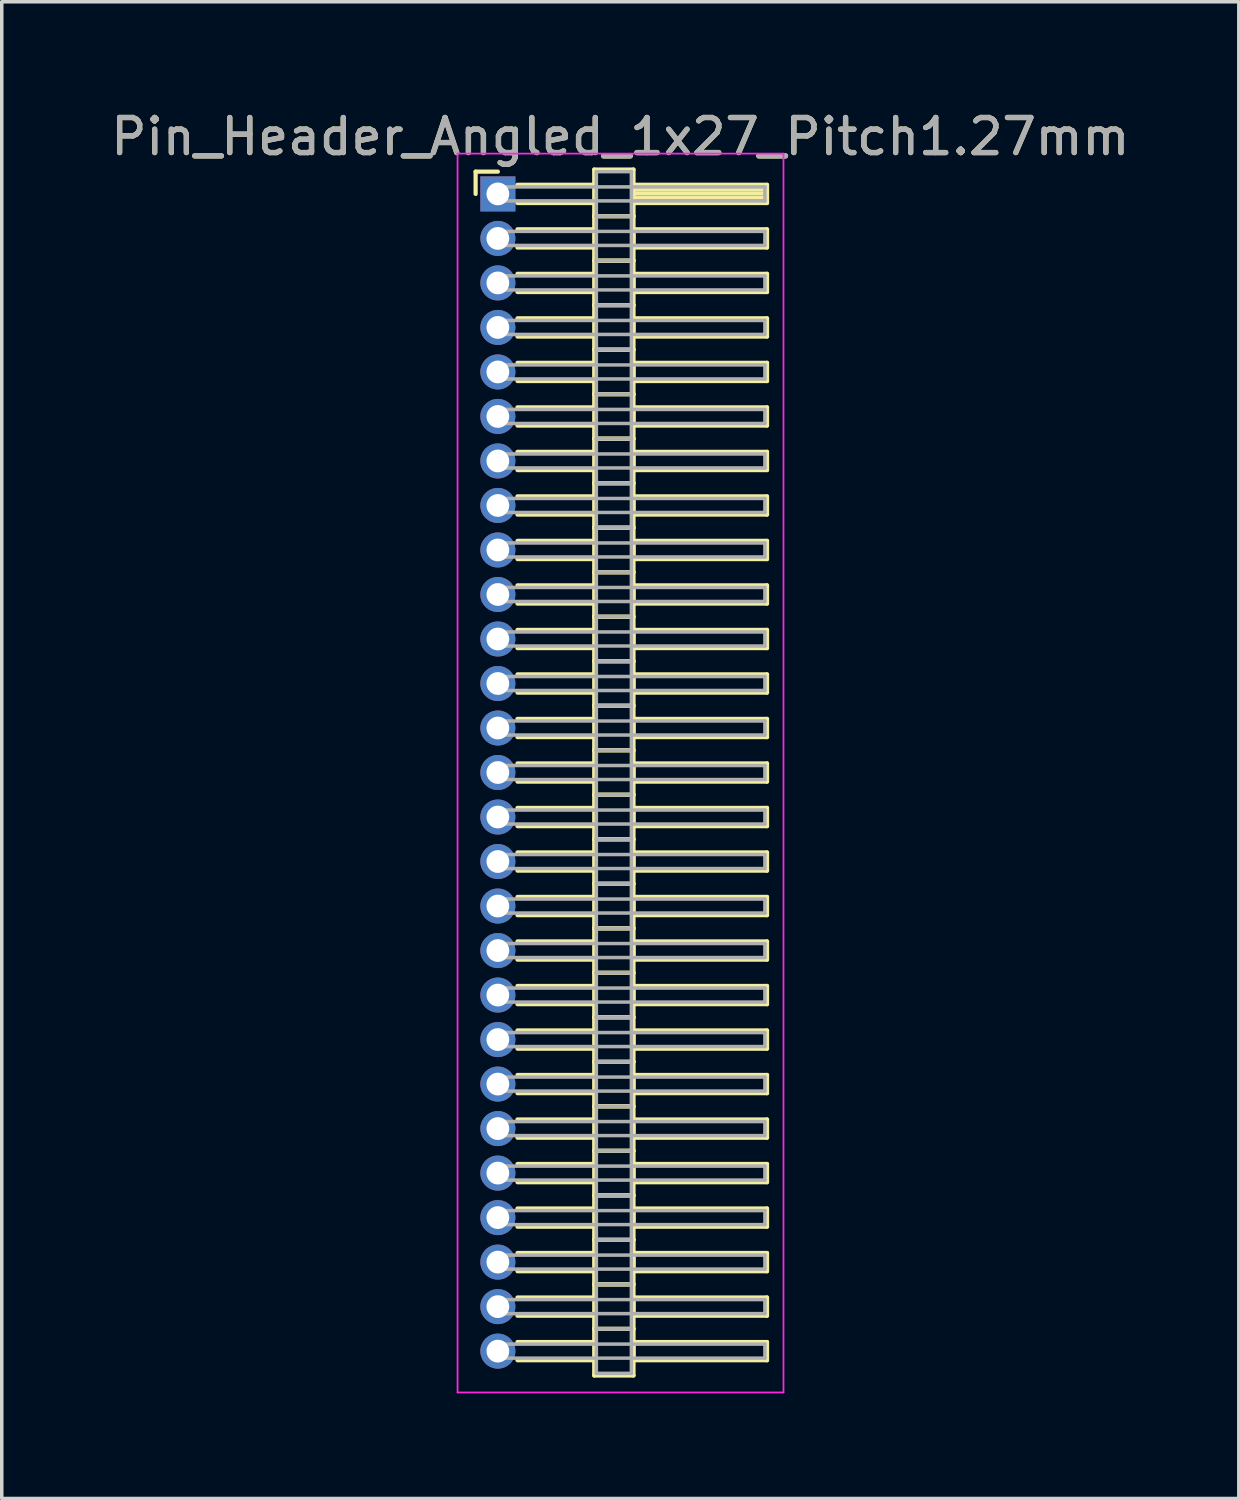
<source format=kicad_pcb>
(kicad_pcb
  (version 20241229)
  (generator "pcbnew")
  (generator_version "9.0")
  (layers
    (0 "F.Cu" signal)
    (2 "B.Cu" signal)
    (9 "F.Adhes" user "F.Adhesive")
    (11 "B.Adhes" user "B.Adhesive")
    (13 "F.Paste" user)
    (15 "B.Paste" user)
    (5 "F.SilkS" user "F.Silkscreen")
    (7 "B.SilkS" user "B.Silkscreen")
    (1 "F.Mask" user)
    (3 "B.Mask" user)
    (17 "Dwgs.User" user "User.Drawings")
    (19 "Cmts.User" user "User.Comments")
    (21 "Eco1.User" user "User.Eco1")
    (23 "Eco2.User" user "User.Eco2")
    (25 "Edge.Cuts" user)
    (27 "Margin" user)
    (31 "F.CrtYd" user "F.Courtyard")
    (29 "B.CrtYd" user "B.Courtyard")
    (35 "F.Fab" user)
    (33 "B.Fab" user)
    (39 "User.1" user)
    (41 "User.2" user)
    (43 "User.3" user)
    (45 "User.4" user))
  (footprint "Pin_Header_Angled_1x27_Pitch1.27mm"
    (layer "F.Cu")
    (at 11.156 2.483)
    (property "Reference" "Pin_Header_Angled_1x27_Pitch1.27mm" (at 3.493 -1.635 0) (layer "F.SilkS") (effects (font (size 1 1) (thickness 0.15))))
    (attr through_hole)
    (fp_line (start -0.635 -0.635) (end 0 -0.635) (stroke (width 0.12) (type solid)) (layer "F.SilkS"))
    (fp_line (start -0.635 0) (end -0.635 -0.635) (stroke (width 0.12) (type solid)) (layer "F.SilkS"))
    (fp_line (start 0.56 -0.26) (end 2.75 -0.26) (stroke (width 0.12) (type solid)) (layer "F.SilkS"))
    (fp_line (start 0.56 0.26) (end 2.75 0.26) (stroke (width 0.12) (type solid)) (layer "F.SilkS"))
    (fp_line (start 0.56 1.01) (end 2.75 1.01) (stroke (width 0.12) (type solid)) (layer "F.SilkS"))
    (fp_line (start 0.56 1.53) (end 2.75 1.53) (stroke (width 0.12) (type solid)) (layer "F.SilkS"))
    (fp_line (start 0.56 2.28) (end 2.75 2.28) (stroke (width 0.12) (type solid)) (layer "F.SilkS"))
    (fp_line (start 0.56 2.8) (end 2.75 2.8) (stroke (width 0.12) (type solid)) (layer "F.SilkS"))
    (fp_line (start 0.56 3.55) (end 2.75 3.55) (stroke (width 0.12) (type solid)) (layer "F.SilkS"))
    (fp_line (start 0.56 4.07) (end 2.75 4.07) (stroke (width 0.12) (type solid)) (layer "F.SilkS"))
    (fp_line (start 0.56 4.82) (end 2.75 4.82) (stroke (width 0.12) (type solid)) (layer "F.SilkS"))
    (fp_line (start 0.56 5.34) (end 2.75 5.34) (stroke (width 0.12) (type solid)) (layer "F.SilkS"))
    (fp_line (start 0.56 6.09) (end 2.75 6.09) (stroke (width 0.12) (type solid)) (layer "F.SilkS"))
    (fp_line (start 0.56 6.61) (end 2.75 6.61) (stroke (width 0.12) (type solid)) (layer "F.SilkS"))
    (fp_line (start 0.56 7.36) (end 2.75 7.36) (stroke (width 0.12) (type solid)) (layer "F.SilkS"))
    (fp_line (start 0.56 7.88) (end 2.75 7.88) (stroke (width 0.12) (type solid)) (layer "F.SilkS"))
    (fp_line (start 0.56 8.63) (end 2.75 8.63) (stroke (width 0.12) (type solid)) (layer "F.SilkS"))
    (fp_line (start 0.56 9.15) (end 2.75 9.15) (stroke (width 0.12) (type solid)) (layer "F.SilkS"))
    (fp_line (start 0.56 9.9) (end 2.75 9.9) (stroke (width 0.12) (type solid)) (layer "F.SilkS"))
    (fp_line (start 0.56 10.42) (end 2.75 10.42) (stroke (width 0.12) (type solid)) (layer "F.SilkS"))
    (fp_line (start 0.56 11.17) (end 2.75 11.17) (stroke (width 0.12) (type solid)) (layer "F.SilkS"))
    (fp_line (start 0.56 11.69) (end 2.75 11.69) (stroke (width 0.12) (type solid)) (layer "F.SilkS"))
    (fp_line (start 0.56 12.44) (end 2.75 12.44) (stroke (width 0.12) (type solid)) (layer "F.SilkS"))
    (fp_line (start 0.56 12.96) (end 2.75 12.96) (stroke (width 0.12) (type solid)) (layer "F.SilkS"))
    (fp_line (start 0.56 13.71) (end 2.75 13.71) (stroke (width 0.12) (type solid)) (layer "F.SilkS"))
    (fp_line (start 0.56 14.23) (end 2.75 14.23) (stroke (width 0.12) (type solid)) (layer "F.SilkS"))
    (fp_line (start 0.56 14.98) (end 2.75 14.98) (stroke (width 0.12) (type solid)) (layer "F.SilkS"))
    (fp_line (start 0.56 15.5) (end 2.75 15.5) (stroke (width 0.12) (type solid)) (layer "F.SilkS"))
    (fp_line (start 0.56 16.25) (end 2.75 16.25) (stroke (width 0.12) (type solid)) (layer "F.SilkS"))
    (fp_line (start 0.56 16.77) (end 2.75 16.77) (stroke (width 0.12) (type solid)) (layer "F.SilkS"))
    (fp_line (start 0.56 17.52) (end 2.75 17.52) (stroke (width 0.12) (type solid)) (layer "F.SilkS"))
    (fp_line (start 0.56 18.04) (end 2.75 18.04) (stroke (width 0.12) (type solid)) (layer "F.SilkS"))
    (fp_line (start 0.56 18.79) (end 2.75 18.79) (stroke (width 0.12) (type solid)) (layer "F.SilkS"))
    (fp_line (start 0.56 19.31) (end 2.75 19.31) (stroke (width 0.12) (type solid)) (layer "F.SilkS"))
    (fp_line (start 0.56 20.06) (end 2.75 20.06) (stroke (width 0.12) (type solid)) (layer "F.SilkS"))
    (fp_line (start 0.56 20.58) (end 2.75 20.58) (stroke (width 0.12) (type solid)) (layer "F.SilkS"))
    (fp_line (start 0.56 21.33) (end 2.75 21.33) (stroke (width 0.12) (type solid)) (layer "F.SilkS"))
    (fp_line (start 0.56 21.85) (end 2.75 21.85) (stroke (width 0.12) (type solid)) (layer "F.SilkS"))
    (fp_line (start 0.56 22.6) (end 2.75 22.6) (stroke (width 0.12) (type solid)) (layer "F.SilkS"))
    (fp_line (start 0.56 23.12) (end 2.75 23.12) (stroke (width 0.12) (type solid)) (layer "F.SilkS"))
    (fp_line (start 0.56 23.87) (end 2.75 23.87) (stroke (width 0.12) (type solid)) (layer "F.SilkS"))
    (fp_line (start 0.56 24.39) (end 2.75 24.39) (stroke (width 0.12) (type solid)) (layer "F.SilkS"))
    (fp_line (start 0.56 25.14) (end 2.75 25.14) (stroke (width 0.12) (type solid)) (layer "F.SilkS"))
    (fp_line (start 0.56 25.66) (end 2.75 25.66) (stroke (width 0.12) (type solid)) (layer "F.SilkS"))
    (fp_line (start 0.56 26.41) (end 2.75 26.41) (stroke (width 0.12) (type solid)) (layer "F.SilkS"))
    (fp_line (start 0.56 26.93) (end 2.75 26.93) (stroke (width 0.12) (type solid)) (layer "F.SilkS"))
    (fp_line (start 0.56 27.68) (end 2.75 27.68) (stroke (width 0.12) (type solid)) (layer "F.SilkS"))
    (fp_line (start 0.56 28.2) (end 2.75 28.2) (stroke (width 0.12) (type solid)) (layer "F.SilkS"))
    (fp_line (start 0.56 28.95) (end 2.75 28.95) (stroke (width 0.12) (type solid)) (layer "F.SilkS"))
    (fp_line (start 0.56 29.47) (end 2.75 29.47) (stroke (width 0.12) (type solid)) (layer "F.SilkS"))
    (fp_line (start 0.56 30.22) (end 2.75 30.22) (stroke (width 0.12) (type solid)) (layer "F.SilkS"))
    (fp_line (start 0.56 30.74) (end 2.75 30.74) (stroke (width 0.12) (type solid)) (layer "F.SilkS"))
    (fp_line (start 0.56 31.49) (end 2.75 31.49) (stroke (width 0.12) (type solid)) (layer "F.SilkS"))
    (fp_line (start 0.56 32.01) (end 2.75 32.01) (stroke (width 0.12) (type solid)) (layer "F.SilkS"))
    (fp_line (start 0.56 32.76) (end 2.75 32.76) (stroke (width 0.12) (type solid)) (layer "F.SilkS"))
    (fp_line (start 0.56 33.28) (end 2.75 33.28) (stroke (width 0.12) (type solid)) (layer "F.SilkS"))
    (fp_line (start 2.75 -0.695) (end 2.75 0.635) (stroke (width 0.12) (type solid)) (layer "F.SilkS"))
    (fp_line (start 2.75 0.635) (end 2.75 1.905) (stroke (width 0.12) (type solid)) (layer "F.SilkS"))
    (fp_line (start 2.75 0.635) (end 3.87 0.635) (stroke (width 0.12) (type solid)) (layer "F.SilkS"))
    (fp_line (start 2.75 1.905) (end 2.75 3.175) (stroke (width 0.12) (type solid)) (layer "F.SilkS"))
    (fp_line (start 2.75 1.905) (end 3.87 1.905) (stroke (width 0.12) (type solid)) (layer "F.SilkS"))
    (fp_line (start 2.75 3.175) (end 2.75 4.445) (stroke (width 0.12) (type solid)) (layer "F.SilkS"))
    (fp_line (start 2.75 3.175) (end 3.87 3.175) (stroke (width 0.12) (type solid)) (layer "F.SilkS"))
    (fp_line (start 2.75 4.445) (end 2.75 5.715) (stroke (width 0.12) (type solid)) (layer "F.SilkS"))
    (fp_line (start 2.75 4.445) (end 3.87 4.445) (stroke (width 0.12) (type solid)) (layer "F.SilkS"))
    (fp_line (start 2.75 5.715) (end 2.75 6.985) (stroke (width 0.12) (type solid)) (layer "F.SilkS"))
    (fp_line (start 2.75 5.715) (end 3.87 5.715) (stroke (width 0.12) (type solid)) (layer "F.SilkS"))
    (fp_line (start 2.75 6.985) (end 2.75 8.255) (stroke (width 0.12) (type solid)) (layer "F.SilkS"))
    (fp_line (start 2.75 6.985) (end 3.87 6.985) (stroke (width 0.12) (type solid)) (layer "F.SilkS"))
    (fp_line (start 2.75 8.255) (end 2.75 9.525) (stroke (width 0.12) (type solid)) (layer "F.SilkS"))
    (fp_line (start 2.75 8.255) (end 3.87 8.255) (stroke (width 0.12) (type solid)) (layer "F.SilkS"))
    (fp_line (start 2.75 9.525) (end 2.75 10.795) (stroke (width 0.12) (type solid)) (layer "F.SilkS"))
    (fp_line (start 2.75 9.525) (end 3.87 9.525) (stroke (width 0.12) (type solid)) (layer "F.SilkS"))
    (fp_line (start 2.75 10.795) (end 2.75 12.065) (stroke (width 0.12) (type solid)) (layer "F.SilkS"))
    (fp_line (start 2.75 10.795) (end 3.87 10.795) (stroke (width 0.12) (type solid)) (layer "F.SilkS"))
    (fp_line (start 2.75 12.065) (end 2.75 13.335) (stroke (width 0.12) (type solid)) (layer "F.SilkS"))
    (fp_line (start 2.75 12.065) (end 3.87 12.065) (stroke (width 0.12) (type solid)) (layer "F.SilkS"))
    (fp_line (start 2.75 13.335) (end 2.75 14.605) (stroke (width 0.12) (type solid)) (layer "F.SilkS"))
    (fp_line (start 2.75 13.335) (end 3.87 13.335) (stroke (width 0.12) (type solid)) (layer "F.SilkS"))
    (fp_line (start 2.75 14.605) (end 2.75 15.875) (stroke (width 0.12) (type solid)) (layer "F.SilkS"))
    (fp_line (start 2.75 14.605) (end 3.87 14.605) (stroke (width 0.12) (type solid)) (layer "F.SilkS"))
    (fp_line (start 2.75 15.875) (end 2.75 17.145) (stroke (width 0.12) (type solid)) (layer "F.SilkS"))
    (fp_line (start 2.75 15.875) (end 3.87 15.875) (stroke (width 0.12) (type solid)) (layer "F.SilkS"))
    (fp_line (start 2.75 17.145) (end 2.75 18.415) (stroke (width 0.12) (type solid)) (layer "F.SilkS"))
    (fp_line (start 2.75 17.145) (end 3.87 17.145) (stroke (width 0.12) (type solid)) (layer "F.SilkS"))
    (fp_line (start 2.75 18.415) (end 2.75 19.685) (stroke (width 0.12) (type solid)) (layer "F.SilkS"))
    (fp_line (start 2.75 18.415) (end 3.87 18.415) (stroke (width 0.12) (type solid)) (layer "F.SilkS"))
    (fp_line (start 2.75 19.685) (end 2.75 20.955) (stroke (width 0.12) (type solid)) (layer "F.SilkS"))
    (fp_line (start 2.75 19.685) (end 3.87 19.685) (stroke (width 0.12) (type solid)) (layer "F.SilkS"))
    (fp_line (start 2.75 20.955) (end 2.75 22.225) (stroke (width 0.12) (type solid)) (layer "F.SilkS"))
    (fp_line (start 2.75 20.955) (end 3.87 20.955) (stroke (width 0.12) (type solid)) (layer "F.SilkS"))
    (fp_line (start 2.75 22.225) (end 2.75 23.495) (stroke (width 0.12) (type solid)) (layer "F.SilkS"))
    (fp_line (start 2.75 22.225) (end 3.87 22.225) (stroke (width 0.12) (type solid)) (layer "F.SilkS"))
    (fp_line (start 2.75 23.495) (end 2.75 24.765) (stroke (width 0.12) (type solid)) (layer "F.SilkS"))
    (fp_line (start 2.75 23.495) (end 3.87 23.495) (stroke (width 0.12) (type solid)) (layer "F.SilkS"))
    (fp_line (start 2.75 24.765) (end 2.75 26.035) (stroke (width 0.12) (type solid)) (layer "F.SilkS"))
    (fp_line (start 2.75 24.765) (end 3.87 24.765) (stroke (width 0.12) (type solid)) (layer "F.SilkS"))
    (fp_line (start 2.75 26.035) (end 2.75 27.305) (stroke (width 0.12) (type solid)) (layer "F.SilkS"))
    (fp_line (start 2.75 26.035) (end 3.87 26.035) (stroke (width 0.12) (type solid)) (layer "F.SilkS"))
    (fp_line (start 2.75 27.305) (end 2.75 28.575) (stroke (width 0.12) (type solid)) (layer "F.SilkS"))
    (fp_line (start 2.75 27.305) (end 3.87 27.305) (stroke (width 0.12) (type solid)) (layer "F.SilkS"))
    (fp_line (start 2.75 28.575) (end 2.75 29.845) (stroke (width 0.12) (type solid)) (layer "F.SilkS"))
    (fp_line (start 2.75 28.575) (end 3.87 28.575) (stroke (width 0.12) (type solid)) (layer "F.SilkS"))
    (fp_line (start 2.75 29.845) (end 2.75 31.115) (stroke (width 0.12) (type solid)) (layer "F.SilkS"))
    (fp_line (start 2.75 29.845) (end 3.87 29.845) (stroke (width 0.12) (type solid)) (layer "F.SilkS"))
    (fp_line (start 2.75 31.115) (end 2.75 32.385) (stroke (width 0.12) (type solid)) (layer "F.SilkS"))
    (fp_line (start 2.75 31.115) (end 3.87 31.115) (stroke (width 0.12) (type solid)) (layer "F.SilkS"))
    (fp_line (start 2.75 32.385) (end 2.75 33.715) (stroke (width 0.12) (type solid)) (layer "F.SilkS"))
    (fp_line (start 2.75 32.385) (end 3.87 32.385) (stroke (width 0.12) (type solid)) (layer "F.SilkS"))
    (fp_line (start 2.75 33.715) (end 3.87 33.715) (stroke (width 0.12) (type solid)) (layer "F.SilkS"))
    (fp_line (start 3.87 -0.695) (end 2.75 -0.695) (stroke (width 0.12) (type solid)) (layer "F.SilkS"))
    (fp_line (start 3.87 -0.26) (end 3.87 0.26) (stroke (width 0.12) (type solid)) (layer "F.SilkS"))
    (fp_line (start 3.87 -0.14) (end 7.68 -0.14) (stroke (width 0.12) (type solid)) (layer "F.SilkS"))
    (fp_line (start 3.87 -0.02) (end 7.68 -0.02) (stroke (width 0.12) (type solid)) (layer "F.SilkS"))
    (fp_line (start 3.87 0.1) (end 7.68 0.1) (stroke (width 0.12) (type solid)) (layer "F.SilkS"))
    (fp_line (start 3.87 0.22) (end 7.68 0.22) (stroke (width 0.12) (type solid)) (layer "F.SilkS"))
    (fp_line (start 3.87 0.26) (end 7.68 0.26) (stroke (width 0.12) (type solid)) (layer "F.SilkS"))
    (fp_line (start 3.87 0.635) (end 2.75 0.635) (stroke (width 0.12) (type solid)) (layer "F.SilkS"))
    (fp_line (start 3.87 0.635) (end 3.87 -0.695) (stroke (width 0.12) (type solid)) (layer "F.SilkS"))
    (fp_line (start 3.87 1.01) (end 3.87 1.53) (stroke (width 0.12) (type solid)) (layer "F.SilkS"))
    (fp_line (start 3.87 1.53) (end 7.68 1.53) (stroke (width 0.12) (type solid)) (layer "F.SilkS"))
    (fp_line (start 3.87 1.905) (end 2.75 1.905) (stroke (width 0.12) (type solid)) (layer "F.SilkS"))
    (fp_line (start 3.87 1.905) (end 3.87 0.635) (stroke (width 0.12) (type solid)) (layer "F.SilkS"))
    (fp_line (start 3.87 2.28) (end 3.87 2.8) (stroke (width 0.12) (type solid)) (layer "F.SilkS"))
    (fp_line (start 3.87 2.8) (end 7.68 2.8) (stroke (width 0.12) (type solid)) (layer "F.SilkS"))
    (fp_line (start 3.87 3.175) (end 2.75 3.175) (stroke (width 0.12) (type solid)) (layer "F.SilkS"))
    (fp_line (start 3.87 3.175) (end 3.87 1.905) (stroke (width 0.12) (type solid)) (layer "F.SilkS"))
    (fp_line (start 3.87 3.55) (end 3.87 4.07) (stroke (width 0.12) (type solid)) (layer "F.SilkS"))
    (fp_line (start 3.87 4.07) (end 7.68 4.07) (stroke (width 0.12) (type solid)) (layer "F.SilkS"))
    (fp_line (start 3.87 4.445) (end 2.75 4.445) (stroke (width 0.12) (type solid)) (layer "F.SilkS"))
    (fp_line (start 3.87 4.445) (end 3.87 3.175) (stroke (width 0.12) (type solid)) (layer "F.SilkS"))
    (fp_line (start 3.87 4.82) (end 3.87 5.34) (stroke (width 0.12) (type solid)) (layer "F.SilkS"))
    (fp_line (start 3.87 5.34) (end 7.68 5.34) (stroke (width 0.12) (type solid)) (layer "F.SilkS"))
    (fp_line (start 3.87 5.715) (end 2.75 5.715) (stroke (width 0.12) (type solid)) (layer "F.SilkS"))
    (fp_line (start 3.87 5.715) (end 3.87 4.445) (stroke (width 0.12) (type solid)) (layer "F.SilkS"))
    (fp_line (start 3.87 6.09) (end 3.87 6.61) (stroke (width 0.12) (type solid)) (layer "F.SilkS"))
    (fp_line (start 3.87 6.61) (end 7.68 6.61) (stroke (width 0.12) (type solid)) (layer "F.SilkS"))
    (fp_line (start 3.87 6.985) (end 2.75 6.985) (stroke (width 0.12) (type solid)) (layer "F.SilkS"))
    (fp_line (start 3.87 6.985) (end 3.87 5.715) (stroke (width 0.12) (type solid)) (layer "F.SilkS"))
    (fp_line (start 3.87 7.36) (end 3.87 7.88) (stroke (width 0.12) (type solid)) (layer "F.SilkS"))
    (fp_line (start 3.87 7.88) (end 7.68 7.88) (stroke (width 0.12) (type solid)) (layer "F.SilkS"))
    (fp_line (start 3.87 8.255) (end 2.75 8.255) (stroke (width 0.12) (type solid)) (layer "F.SilkS"))
    (fp_line (start 3.87 8.255) (end 3.87 6.985) (stroke (width 0.12) (type solid)) (layer "F.SilkS"))
    (fp_line (start 3.87 8.63) (end 3.87 9.15) (stroke (width 0.12) (type solid)) (layer "F.SilkS"))
    (fp_line (start 3.87 9.15) (end 7.68 9.15) (stroke (width 0.12) (type solid)) (layer "F.SilkS"))
    (fp_line (start 3.87 9.525) (end 2.75 9.525) (stroke (width 0.12) (type solid)) (layer "F.SilkS"))
    (fp_line (start 3.87 9.525) (end 3.87 8.255) (stroke (width 0.12) (type solid)) (layer "F.SilkS"))
    (fp_line (start 3.87 9.9) (end 3.87 10.42) (stroke (width 0.12) (type solid)) (layer "F.SilkS"))
    (fp_line (start 3.87 10.42) (end 7.68 10.42) (stroke (width 0.12) (type solid)) (layer "F.SilkS"))
    (fp_line (start 3.87 10.795) (end 2.75 10.795) (stroke (width 0.12) (type solid)) (layer "F.SilkS"))
    (fp_line (start 3.87 10.795) (end 3.87 9.525) (stroke (width 0.12) (type solid)) (layer "F.SilkS"))
    (fp_line (start 3.87 11.17) (end 3.87 11.69) (stroke (width 0.12) (type solid)) (layer "F.SilkS"))
    (fp_line (start 3.87 11.69) (end 7.68 11.69) (stroke (width 0.12) (type solid)) (layer "F.SilkS"))
    (fp_line (start 3.87 12.065) (end 2.75 12.065) (stroke (width 0.12) (type solid)) (layer "F.SilkS"))
    (fp_line (start 3.87 12.065) (end 3.87 10.795) (stroke (width 0.12) (type solid)) (layer "F.SilkS"))
    (fp_line (start 3.87 12.44) (end 3.87 12.96) (stroke (width 0.12) (type solid)) (layer "F.SilkS"))
    (fp_line (start 3.87 12.96) (end 7.68 12.96) (stroke (width 0.12) (type solid)) (layer "F.SilkS"))
    (fp_line (start 3.87 13.335) (end 2.75 13.335) (stroke (width 0.12) (type solid)) (layer "F.SilkS"))
    (fp_line (start 3.87 13.335) (end 3.87 12.065) (stroke (width 0.12) (type solid)) (layer "F.SilkS"))
    (fp_line (start 3.87 13.71) (end 3.87 14.23) (stroke (width 0.12) (type solid)) (layer "F.SilkS"))
    (fp_line (start 3.87 14.23) (end 7.68 14.23) (stroke (width 0.12) (type solid)) (layer "F.SilkS"))
    (fp_line (start 3.87 14.605) (end 2.75 14.605) (stroke (width 0.12) (type solid)) (layer "F.SilkS"))
    (fp_line (start 3.87 14.605) (end 3.87 13.335) (stroke (width 0.12) (type solid)) (layer "F.SilkS"))
    (fp_line (start 3.87 14.98) (end 3.87 15.5) (stroke (width 0.12) (type solid)) (layer "F.SilkS"))
    (fp_line (start 3.87 15.5) (end 7.68 15.5) (stroke (width 0.12) (type solid)) (layer "F.SilkS"))
    (fp_line (start 3.87 15.875) (end 2.75 15.875) (stroke (width 0.12) (type solid)) (layer "F.SilkS"))
    (fp_line (start 3.87 15.875) (end 3.87 14.605) (stroke (width 0.12) (type solid)) (layer "F.SilkS"))
    (fp_line (start 3.87 16.25) (end 3.87 16.77) (stroke (width 0.12) (type solid)) (layer "F.SilkS"))
    (fp_line (start 3.87 16.77) (end 7.68 16.77) (stroke (width 0.12) (type solid)) (layer "F.SilkS"))
    (fp_line (start 3.87 17.145) (end 2.75 17.145) (stroke (width 0.12) (type solid)) (layer "F.SilkS"))
    (fp_line (start 3.87 17.145) (end 3.87 15.875) (stroke (width 0.12) (type solid)) (layer "F.SilkS"))
    (fp_line (start 3.87 17.52) (end 3.87 18.04) (stroke (width 0.12) (type solid)) (layer "F.SilkS"))
    (fp_line (start 3.87 18.04) (end 7.68 18.04) (stroke (width 0.12) (type solid)) (layer "F.SilkS"))
    (fp_line (start 3.87 18.415) (end 2.75 18.415) (stroke (width 0.12) (type solid)) (layer "F.SilkS"))
    (fp_line (start 3.87 18.415) (end 3.87 17.145) (stroke (width 0.12) (type solid)) (layer "F.SilkS"))
    (fp_line (start 3.87 18.79) (end 3.87 19.31) (stroke (width 0.12) (type solid)) (layer "F.SilkS"))
    (fp_line (start 3.87 19.31) (end 7.68 19.31) (stroke (width 0.12) (type solid)) (layer "F.SilkS"))
    (fp_line (start 3.87 19.685) (end 2.75 19.685) (stroke (width 0.12) (type solid)) (layer "F.SilkS"))
    (fp_line (start 3.87 19.685) (end 3.87 18.415) (stroke (width 0.12) (type solid)) (layer "F.SilkS"))
    (fp_line (start 3.87 20.06) (end 3.87 20.58) (stroke (width 0.12) (type solid)) (layer "F.SilkS"))
    (fp_line (start 3.87 20.58) (end 7.68 20.58) (stroke (width 0.12) (type solid)) (layer "F.SilkS"))
    (fp_line (start 3.87 20.955) (end 2.75 20.955) (stroke (width 0.12) (type solid)) (layer "F.SilkS"))
    (fp_line (start 3.87 20.955) (end 3.87 19.685) (stroke (width 0.12) (type solid)) (layer "F.SilkS"))
    (fp_line (start 3.87 21.33) (end 3.87 21.85) (stroke (width 0.12) (type solid)) (layer "F.SilkS"))
    (fp_line (start 3.87 21.85) (end 7.68 21.85) (stroke (width 0.12) (type solid)) (layer "F.SilkS"))
    (fp_line (start 3.87 22.225) (end 2.75 22.225) (stroke (width 0.12) (type solid)) (layer "F.SilkS"))
    (fp_line (start 3.87 22.225) (end 3.87 20.955) (stroke (width 0.12) (type solid)) (layer "F.SilkS"))
    (fp_line (start 3.87 22.6) (end 3.87 23.12) (stroke (width 0.12) (type solid)) (layer "F.SilkS"))
    (fp_line (start 3.87 23.12) (end 7.68 23.12) (stroke (width 0.12) (type solid)) (layer "F.SilkS"))
    (fp_line (start 3.87 23.495) (end 2.75 23.495) (stroke (width 0.12) (type solid)) (layer "F.SilkS"))
    (fp_line (start 3.87 23.495) (end 3.87 22.225) (stroke (width 0.12) (type solid)) (layer "F.SilkS"))
    (fp_line (start 3.87 23.87) (end 3.87 24.39) (stroke (width 0.12) (type solid)) (layer "F.SilkS"))
    (fp_line (start 3.87 24.39) (end 7.68 24.39) (stroke (width 0.12) (type solid)) (layer "F.SilkS"))
    (fp_line (start 3.87 24.765) (end 2.75 24.765) (stroke (width 0.12) (type solid)) (layer "F.SilkS"))
    (fp_line (start 3.87 24.765) (end 3.87 23.495) (stroke (width 0.12) (type solid)) (layer "F.SilkS"))
    (fp_line (start 3.87 25.14) (end 3.87 25.66) (stroke (width 0.12) (type solid)) (layer "F.SilkS"))
    (fp_line (start 3.87 25.66) (end 7.68 25.66) (stroke (width 0.12) (type solid)) (layer "F.SilkS"))
    (fp_line (start 3.87 26.035) (end 2.75 26.035) (stroke (width 0.12) (type solid)) (layer "F.SilkS"))
    (fp_line (start 3.87 26.035) (end 3.87 24.765) (stroke (width 0.12) (type solid)) (layer "F.SilkS"))
    (fp_line (start 3.87 26.41) (end 3.87 26.93) (stroke (width 0.12) (type solid)) (layer "F.SilkS"))
    (fp_line (start 3.87 26.93) (end 7.68 26.93) (stroke (width 0.12) (type solid)) (layer "F.SilkS"))
    (fp_line (start 3.87 27.305) (end 2.75 27.305) (stroke (width 0.12) (type solid)) (layer "F.SilkS"))
    (fp_line (start 3.87 27.305) (end 3.87 26.035) (stroke (width 0.12) (type solid)) (layer "F.SilkS"))
    (fp_line (start 3.87 27.68) (end 3.87 28.2) (stroke (width 0.12) (type solid)) (layer "F.SilkS"))
    (fp_line (start 3.87 28.2) (end 7.68 28.2) (stroke (width 0.12) (type solid)) (layer "F.SilkS"))
    (fp_line (start 3.87 28.575) (end 2.75 28.575) (stroke (width 0.12) (type solid)) (layer "F.SilkS"))
    (fp_line (start 3.87 28.575) (end 3.87 27.305) (stroke (width 0.12) (type solid)) (layer "F.SilkS"))
    (fp_line (start 3.87 28.95) (end 3.87 29.47) (stroke (width 0.12) (type solid)) (layer "F.SilkS"))
    (fp_line (start 3.87 29.47) (end 7.68 29.47) (stroke (width 0.12) (type solid)) (layer "F.SilkS"))
    (fp_line (start 3.87 29.845) (end 2.75 29.845) (stroke (width 0.12) (type solid)) (layer "F.SilkS"))
    (fp_line (start 3.87 29.845) (end 3.87 28.575) (stroke (width 0.12) (type solid)) (layer "F.SilkS"))
    (fp_line (start 3.87 30.22) (end 3.87 30.74) (stroke (width 0.12) (type solid)) (layer "F.SilkS"))
    (fp_line (start 3.87 30.74) (end 7.68 30.74) (stroke (width 0.12) (type solid)) (layer "F.SilkS"))
    (fp_line (start 3.87 31.115) (end 2.75 31.115) (stroke (width 0.12) (type solid)) (layer "F.SilkS"))
    (fp_line (start 3.87 31.115) (end 3.87 29.845) (stroke (width 0.12) (type solid)) (layer "F.SilkS"))
    (fp_line (start 3.87 31.49) (end 3.87 32.01) (stroke (width 0.12) (type solid)) (layer "F.SilkS"))
    (fp_line (start 3.87 32.01) (end 7.68 32.01) (stroke (width 0.12) (type solid)) (layer "F.SilkS"))
    (fp_line (start 3.87 32.385) (end 2.75 32.385) (stroke (width 0.12) (type solid)) (layer "F.SilkS"))
    (fp_line (start 3.87 32.385) (end 3.87 31.115) (stroke (width 0.12) (type solid)) (layer "F.SilkS"))
    (fp_line (start 3.87 32.76) (end 3.87 33.28) (stroke (width 0.12) (type solid)) (layer "F.SilkS"))
    (fp_line (start 3.87 33.28) (end 7.68 33.28) (stroke (width 0.12) (type solid)) (layer "F.SilkS"))
    (fp_line (start 3.87 33.715) (end 3.87 32.385) (stroke (width 0.12) (type solid)) (layer "F.SilkS"))
    (fp_line (start 7.68 -0.26) (end 3.87 -0.26) (stroke (width 0.12) (type solid)) (layer "F.SilkS"))
    (fp_line (start 7.68 0.26) (end 7.68 -0.26) (stroke (width 0.12) (type solid)) (layer "F.SilkS"))
    (fp_line (start 7.68 1.01) (end 3.87 1.01) (stroke (width 0.12) (type solid)) (layer "F.SilkS"))
    (fp_line (start 7.68 1.53) (end 7.68 1.01) (stroke (width 0.12) (type solid)) (layer "F.SilkS"))
    (fp_line (start 7.68 2.28) (end 3.87 2.28) (stroke (width 0.12) (type solid)) (layer "F.SilkS"))
    (fp_line (start 7.68 2.8) (end 7.68 2.28) (stroke (width 0.12) (type solid)) (layer "F.SilkS"))
    (fp_line (start 7.68 3.55) (end 3.87 3.55) (stroke (width 0.12) (type solid)) (layer "F.SilkS"))
    (fp_line (start 7.68 4.07) (end 7.68 3.55) (stroke (width 0.12) (type solid)) (layer "F.SilkS"))
    (fp_line (start 7.68 4.82) (end 3.87 4.82) (stroke (width 0.12) (type solid)) (layer "F.SilkS"))
    (fp_line (start 7.68 5.34) (end 7.68 4.82) (stroke (width 0.12) (type solid)) (layer "F.SilkS"))
    (fp_line (start 7.68 6.09) (end 3.87 6.09) (stroke (width 0.12) (type solid)) (layer "F.SilkS"))
    (fp_line (start 7.68 6.61) (end 7.68 6.09) (stroke (width 0.12) (type solid)) (layer "F.SilkS"))
    (fp_line (start 7.68 7.36) (end 3.87 7.36) (stroke (width 0.12) (type solid)) (layer "F.SilkS"))
    (fp_line (start 7.68 7.88) (end 7.68 7.36) (stroke (width 0.12) (type solid)) (layer "F.SilkS"))
    (fp_line (start 7.68 8.63) (end 3.87 8.63) (stroke (width 0.12) (type solid)) (layer "F.SilkS"))
    (fp_line (start 7.68 9.15) (end 7.68 8.63) (stroke (width 0.12) (type solid)) (layer "F.SilkS"))
    (fp_line (start 7.68 9.9) (end 3.87 9.9) (stroke (width 0.12) (type solid)) (layer "F.SilkS"))
    (fp_line (start 7.68 10.42) (end 7.68 9.9) (stroke (width 0.12) (type solid)) (layer "F.SilkS"))
    (fp_line (start 7.68 11.17) (end 3.87 11.17) (stroke (width 0.12) (type solid)) (layer "F.SilkS"))
    (fp_line (start 7.68 11.69) (end 7.68 11.17) (stroke (width 0.12) (type solid)) (layer "F.SilkS"))
    (fp_line (start 7.68 12.44) (end 3.87 12.44) (stroke (width 0.12) (type solid)) (layer "F.SilkS"))
    (fp_line (start 7.68 12.96) (end 7.68 12.44) (stroke (width 0.12) (type solid)) (layer "F.SilkS"))
    (fp_line (start 7.68 13.71) (end 3.87 13.71) (stroke (width 0.12) (type solid)) (layer "F.SilkS"))
    (fp_line (start 7.68 14.23) (end 7.68 13.71) (stroke (width 0.12) (type solid)) (layer "F.SilkS"))
    (fp_line (start 7.68 14.98) (end 3.87 14.98) (stroke (width 0.12) (type solid)) (layer "F.SilkS"))
    (fp_line (start 7.68 15.5) (end 7.68 14.98) (stroke (width 0.12) (type solid)) (layer "F.SilkS"))
    (fp_line (start 7.68 16.25) (end 3.87 16.25) (stroke (width 0.12) (type solid)) (layer "F.SilkS"))
    (fp_line (start 7.68 16.77) (end 7.68 16.25) (stroke (width 0.12) (type solid)) (layer "F.SilkS"))
    (fp_line (start 7.68 17.52) (end 3.87 17.52) (stroke (width 0.12) (type solid)) (layer "F.SilkS"))
    (fp_line (start 7.68 18.04) (end 7.68 17.52) (stroke (width 0.12) (type solid)) (layer "F.SilkS"))
    (fp_line (start 7.68 18.79) (end 3.87 18.79) (stroke (width 0.12) (type solid)) (layer "F.SilkS"))
    (fp_line (start 7.68 19.31) (end 7.68 18.79) (stroke (width 0.12) (type solid)) (layer "F.SilkS"))
    (fp_line (start 7.68 20.06) (end 3.87 20.06) (stroke (width 0.12) (type solid)) (layer "F.SilkS"))
    (fp_line (start 7.68 20.58) (end 7.68 20.06) (stroke (width 0.12) (type solid)) (layer "F.SilkS"))
    (fp_line (start 7.68 21.33) (end 3.87 21.33) (stroke (width 0.12) (type solid)) (layer "F.SilkS"))
    (fp_line (start 7.68 21.85) (end 7.68 21.33) (stroke (width 0.12) (type solid)) (layer "F.SilkS"))
    (fp_line (start 7.68 22.6) (end 3.87 22.6) (stroke (width 0.12) (type solid)) (layer "F.SilkS"))
    (fp_line (start 7.68 23.12) (end 7.68 22.6) (stroke (width 0.12) (type solid)) (layer "F.SilkS"))
    (fp_line (start 7.68 23.87) (end 3.87 23.87) (stroke (width 0.12) (type solid)) (layer "F.SilkS"))
    (fp_line (start 7.68 24.39) (end 7.68 23.87) (stroke (width 0.12) (type solid)) (layer "F.SilkS"))
    (fp_line (start 7.68 25.14) (end 3.87 25.14) (stroke (width 0.12) (type solid)) (layer "F.SilkS"))
    (fp_line (start 7.68 25.66) (end 7.68 25.14) (stroke (width 0.12) (type solid)) (layer "F.SilkS"))
    (fp_line (start 7.68 26.41) (end 3.87 26.41) (stroke (width 0.12) (type solid)) (layer "F.SilkS"))
    (fp_line (start 7.68 26.93) (end 7.68 26.41) (stroke (width 0.12) (type solid)) (layer "F.SilkS"))
    (fp_line (start 7.68 27.68) (end 3.87 27.68) (stroke (width 0.12) (type solid)) (layer "F.SilkS"))
    (fp_line (start 7.68 28.2) (end 7.68 27.68) (stroke (width 0.12) (type solid)) (layer "F.SilkS"))
    (fp_line (start 7.68 28.95) (end 3.87 28.95) (stroke (width 0.12) (type solid)) (layer "F.SilkS"))
    (fp_line (start 7.68 29.47) (end 7.68 28.95) (stroke (width 0.12) (type solid)) (layer "F.SilkS"))
    (fp_line (start 7.68 30.22) (end 3.87 30.22) (stroke (width 0.12) (type solid)) (layer "F.SilkS"))
    (fp_line (start 7.68 30.74) (end 7.68 30.22) (stroke (width 0.12) (type solid)) (layer "F.SilkS"))
    (fp_line (start 7.68 31.49) (end 3.87 31.49) (stroke (width 0.12) (type solid)) (layer "F.SilkS"))
    (fp_line (start 7.68 32.01) (end 7.68 31.49) (stroke (width 0.12) (type solid)) (layer "F.SilkS"))
    (fp_line (start 7.68 32.76) (end 3.87 32.76) (stroke (width 0.12) (type solid)) (layer "F.SilkS"))
    (fp_line (start 7.68 33.28) (end 7.68 32.76) (stroke (width 0.12) (type solid)) (layer "F.SilkS"))
    (fp_line (start -1.15 -1.15) (end -1.15 34.2) (stroke (width 0.05) (type solid)) (layer "F.CrtYd"))
    (fp_line (start -1.15 34.2) (end 8.15 34.2) (stroke (width 0.05) (type solid)) (layer "F.CrtYd"))
    (fp_line (start 8.15 -1.15) (end -1.15 -1.15) (stroke (width 0.05) (type solid)) (layer "F.CrtYd"))
    (fp_line (start 8.15 34.2) (end 8.15 -1.15) (stroke (width 0.05) (type solid)) (layer "F.CrtYd"))
    (fp_line (start 0 -0.2) (end 0 0.2) (stroke (width 0.1) (type solid)) (layer "F.Fab"))
    (fp_line (start 0 0.2) (end 7.62 0.2) (stroke (width 0.1) (type solid)) (layer "F.Fab"))
    (fp_line (start 0 1.07) (end 0 1.47) (stroke (width 0.1) (type solid)) (layer "F.Fab"))
    (fp_line (start 0 1.47) (end 7.62 1.47) (stroke (width 0.1) (type solid)) (layer "F.Fab"))
    (fp_line (start 0 2.34) (end 0 2.74) (stroke (width 0.1) (type solid)) (layer "F.Fab"))
    (fp_line (start 0 2.74) (end 7.62 2.74) (stroke (width 0.1) (type solid)) (layer "F.Fab"))
    (fp_line (start 0 3.61) (end 0 4.01) (stroke (width 0.1) (type solid)) (layer "F.Fab"))
    (fp_line (start 0 4.01) (end 7.62 4.01) (stroke (width 0.1) (type solid)) (layer "F.Fab"))
    (fp_line (start 0 4.88) (end 0 5.28) (stroke (width 0.1) (type solid)) (layer "F.Fab"))
    (fp_line (start 0 5.28) (end 7.62 5.28) (stroke (width 0.1) (type solid)) (layer "F.Fab"))
    (fp_line (start 0 6.15) (end 0 6.55) (stroke (width 0.1) (type solid)) (layer "F.Fab"))
    (fp_line (start 0 6.55) (end 7.62 6.55) (stroke (width 0.1) (type solid)) (layer "F.Fab"))
    (fp_line (start 0 7.42) (end 0 7.82) (stroke (width 0.1) (type solid)) (layer "F.Fab"))
    (fp_line (start 0 7.82) (end 7.62 7.82) (stroke (width 0.1) (type solid)) (layer "F.Fab"))
    (fp_line (start 0 8.69) (end 0 9.09) (stroke (width 0.1) (type solid)) (layer "F.Fab"))
    (fp_line (start 0 9.09) (end 7.62 9.09) (stroke (width 0.1) (type solid)) (layer "F.Fab"))
    (fp_line (start 0 9.96) (end 0 10.36) (stroke (width 0.1) (type solid)) (layer "F.Fab"))
    (fp_line (start 0 10.36) (end 7.62 10.36) (stroke (width 0.1) (type solid)) (layer "F.Fab"))
    (fp_line (start 0 11.23) (end 0 11.63) (stroke (width 0.1) (type solid)) (layer "F.Fab"))
    (fp_line (start 0 11.63) (end 7.62 11.63) (stroke (width 0.1) (type solid)) (layer "F.Fab"))
    (fp_line (start 0 12.5) (end 0 12.9) (stroke (width 0.1) (type solid)) (layer "F.Fab"))
    (fp_line (start 0 12.9) (end 7.62 12.9) (stroke (width 0.1) (type solid)) (layer "F.Fab"))
    (fp_line (start 0 13.77) (end 0 14.17) (stroke (width 0.1) (type solid)) (layer "F.Fab"))
    (fp_line (start 0 14.17) (end 7.62 14.17) (stroke (width 0.1) (type solid)) (layer "F.Fab"))
    (fp_line (start 0 15.04) (end 0 15.44) (stroke (width 0.1) (type solid)) (layer "F.Fab"))
    (fp_line (start 0 15.44) (end 7.62 15.44) (stroke (width 0.1) (type solid)) (layer "F.Fab"))
    (fp_line (start 0 16.31) (end 0 16.71) (stroke (width 0.1) (type solid)) (layer "F.Fab"))
    (fp_line (start 0 16.71) (end 7.62 16.71) (stroke (width 0.1) (type solid)) (layer "F.Fab"))
    (fp_line (start 0 17.58) (end 0 17.98) (stroke (width 0.1) (type solid)) (layer "F.Fab"))
    (fp_line (start 0 17.98) (end 7.62 17.98) (stroke (width 0.1) (type solid)) (layer "F.Fab"))
    (fp_line (start 0 18.85) (end 0 19.25) (stroke (width 0.1) (type solid)) (layer "F.Fab"))
    (fp_line (start 0 19.25) (end 7.62 19.25) (stroke (width 0.1) (type solid)) (layer "F.Fab"))
    (fp_line (start 0 20.12) (end 0 20.52) (stroke (width 0.1) (type solid)) (layer "F.Fab"))
    (fp_line (start 0 20.52) (end 7.62 20.52) (stroke (width 0.1) (type solid)) (layer "F.Fab"))
    (fp_line (start 0 21.39) (end 0 21.79) (stroke (width 0.1) (type solid)) (layer "F.Fab"))
    (fp_line (start 0 21.79) (end 7.62 21.79) (stroke (width 0.1) (type solid)) (layer "F.Fab"))
    (fp_line (start 0 22.66) (end 0 23.06) (stroke (width 0.1) (type solid)) (layer "F.Fab"))
    (fp_line (start 0 23.06) (end 7.62 23.06) (stroke (width 0.1) (type solid)) (layer "F.Fab"))
    (fp_line (start 0 23.93) (end 0 24.33) (stroke (width 0.1) (type solid)) (layer "F.Fab"))
    (fp_line (start 0 24.33) (end 7.62 24.33) (stroke (width 0.1) (type solid)) (layer "F.Fab"))
    (fp_line (start 0 25.2) (end 0 25.6) (stroke (width 0.1) (type solid)) (layer "F.Fab"))
    (fp_line (start 0 25.6) (end 7.62 25.6) (stroke (width 0.1) (type solid)) (layer "F.Fab"))
    (fp_line (start 0 26.47) (end 0 26.87) (stroke (width 0.1) (type solid)) (layer "F.Fab"))
    (fp_line (start 0 26.87) (end 7.62 26.87) (stroke (width 0.1) (type solid)) (layer "F.Fab"))
    (fp_line (start 0 27.74) (end 0 28.14) (stroke (width 0.1) (type solid)) (layer "F.Fab"))
    (fp_line (start 0 28.14) (end 7.62 28.14) (stroke (width 0.1) (type solid)) (layer "F.Fab"))
    (fp_line (start 0 29.01) (end 0 29.41) (stroke (width 0.1) (type solid)) (layer "F.Fab"))
    (fp_line (start 0 29.41) (end 7.62 29.41) (stroke (width 0.1) (type solid)) (layer "F.Fab"))
    (fp_line (start 0 30.28) (end 0 30.68) (stroke (width 0.1) (type solid)) (layer "F.Fab"))
    (fp_line (start 0 30.68) (end 7.62 30.68) (stroke (width 0.1) (type solid)) (layer "F.Fab"))
    (fp_line (start 0 31.55) (end 0 31.95) (stroke (width 0.1) (type solid)) (layer "F.Fab"))
    (fp_line (start 0 31.95) (end 7.62 31.95) (stroke (width 0.1) (type solid)) (layer "F.Fab"))
    (fp_line (start 0 32.82) (end 0 33.22) (stroke (width 0.1) (type solid)) (layer "F.Fab"))
    (fp_line (start 0 33.22) (end 7.62 33.22) (stroke (width 0.1) (type solid)) (layer "F.Fab"))
    (fp_line (start 2.81 -0.635) (end 2.81 0.635) (stroke (width 0.1) (type solid)) (layer "F.Fab"))
    (fp_line (start 2.81 0.635) (end 2.81 1.905) (stroke (width 0.1) (type solid)) (layer "F.Fab"))
    (fp_line (start 2.81 0.635) (end 3.81 0.635) (stroke (width 0.1) (type solid)) (layer "F.Fab"))
    (fp_line (start 2.81 1.905) (end 2.81 3.175) (stroke (width 0.1) (type solid)) (layer "F.Fab"))
    (fp_line (start 2.81 1.905) (end 3.81 1.905) (stroke (width 0.1) (type solid)) (layer "F.Fab"))
    (fp_line (start 2.81 3.175) (end 2.81 4.445) (stroke (width 0.1) (type solid)) (layer "F.Fab"))
    (fp_line (start 2.81 3.175) (end 3.81 3.175) (stroke (width 0.1) (type solid)) (layer "F.Fab"))
    (fp_line (start 2.81 4.445) (end 2.81 5.715) (stroke (width 0.1) (type solid)) (layer "F.Fab"))
    (fp_line (start 2.81 4.445) (end 3.81 4.445) (stroke (width 0.1) (type solid)) (layer "F.Fab"))
    (fp_line (start 2.81 5.715) (end 2.81 6.985) (stroke (width 0.1) (type solid)) (layer "F.Fab"))
    (fp_line (start 2.81 5.715) (end 3.81 5.715) (stroke (width 0.1) (type solid)) (layer "F.Fab"))
    (fp_line (start 2.81 6.985) (end 2.81 8.255) (stroke (width 0.1) (type solid)) (layer "F.Fab"))
    (fp_line (start 2.81 6.985) (end 3.81 6.985) (stroke (width 0.1) (type solid)) (layer "F.Fab"))
    (fp_line (start 2.81 8.255) (end 2.81 9.525) (stroke (width 0.1) (type solid)) (layer "F.Fab"))
    (fp_line (start 2.81 8.255) (end 3.81 8.255) (stroke (width 0.1) (type solid)) (layer "F.Fab"))
    (fp_line (start 2.81 9.525) (end 2.81 10.795) (stroke (width 0.1) (type solid)) (layer "F.Fab"))
    (fp_line (start 2.81 9.525) (end 3.81 9.525) (stroke (width 0.1) (type solid)) (layer "F.Fab"))
    (fp_line (start 2.81 10.795) (end 2.81 12.065) (stroke (width 0.1) (type solid)) (layer "F.Fab"))
    (fp_line (start 2.81 10.795) (end 3.81 10.795) (stroke (width 0.1) (type solid)) (layer "F.Fab"))
    (fp_line (start 2.81 12.065) (end 2.81 13.335) (stroke (width 0.1) (type solid)) (layer "F.Fab"))
    (fp_line (start 2.81 12.065) (end 3.81 12.065) (stroke (width 0.1) (type solid)) (layer "F.Fab"))
    (fp_line (start 2.81 13.335) (end 2.81 14.605) (stroke (width 0.1) (type solid)) (layer "F.Fab"))
    (fp_line (start 2.81 13.335) (end 3.81 13.335) (stroke (width 0.1) (type solid)) (layer "F.Fab"))
    (fp_line (start 2.81 14.605) (end 2.81 15.875) (stroke (width 0.1) (type solid)) (layer "F.Fab"))
    (fp_line (start 2.81 14.605) (end 3.81 14.605) (stroke (width 0.1) (type solid)) (layer "F.Fab"))
    (fp_line (start 2.81 15.875) (end 2.81 17.145) (stroke (width 0.1) (type solid)) (layer "F.Fab"))
    (fp_line (start 2.81 15.875) (end 3.81 15.875) (stroke (width 0.1) (type solid)) (layer "F.Fab"))
    (fp_line (start 2.81 17.145) (end 2.81 18.415) (stroke (width 0.1) (type solid)) (layer "F.Fab"))
    (fp_line (start 2.81 17.145) (end 3.81 17.145) (stroke (width 0.1) (type solid)) (layer "F.Fab"))
    (fp_line (start 2.81 18.415) (end 2.81 19.685) (stroke (width 0.1) (type solid)) (layer "F.Fab"))
    (fp_line (start 2.81 18.415) (end 3.81 18.415) (stroke (width 0.1) (type solid)) (layer "F.Fab"))
    (fp_line (start 2.81 19.685) (end 2.81 20.955) (stroke (width 0.1) (type solid)) (layer "F.Fab"))
    (fp_line (start 2.81 19.685) (end 3.81 19.685) (stroke (width 0.1) (type solid)) (layer "F.Fab"))
    (fp_line (start 2.81 20.955) (end 2.81 22.225) (stroke (width 0.1) (type solid)) (layer "F.Fab"))
    (fp_line (start 2.81 20.955) (end 3.81 20.955) (stroke (width 0.1) (type solid)) (layer "F.Fab"))
    (fp_line (start 2.81 22.225) (end 2.81 23.495) (stroke (width 0.1) (type solid)) (layer "F.Fab"))
    (fp_line (start 2.81 22.225) (end 3.81 22.225) (stroke (width 0.1) (type solid)) (layer "F.Fab"))
    (fp_line (start 2.81 23.495) (end 2.81 24.765) (stroke (width 0.1) (type solid)) (layer "F.Fab"))
    (fp_line (start 2.81 23.495) (end 3.81 23.495) (stroke (width 0.1) (type solid)) (layer "F.Fab"))
    (fp_line (start 2.81 24.765) (end 2.81 26.035) (stroke (width 0.1) (type solid)) (layer "F.Fab"))
    (fp_line (start 2.81 24.765) (end 3.81 24.765) (stroke (width 0.1) (type solid)) (layer "F.Fab"))
    (fp_line (start 2.81 26.035) (end 2.81 27.305) (stroke (width 0.1) (type solid)) (layer "F.Fab"))
    (fp_line (start 2.81 26.035) (end 3.81 26.035) (stroke (width 0.1) (type solid)) (layer "F.Fab"))
    (fp_line (start 2.81 27.305) (end 2.81 28.575) (stroke (width 0.1) (type solid)) (layer "F.Fab"))
    (fp_line (start 2.81 27.305) (end 3.81 27.305) (stroke (width 0.1) (type solid)) (layer "F.Fab"))
    (fp_line (start 2.81 28.575) (end 2.81 29.845) (stroke (width 0.1) (type solid)) (layer "F.Fab"))
    (fp_line (start 2.81 28.575) (end 3.81 28.575) (stroke (width 0.1) (type solid)) (layer "F.Fab"))
    (fp_line (start 2.81 29.845) (end 2.81 31.115) (stroke (width 0.1) (type solid)) (layer "F.Fab"))
    (fp_line (start 2.81 29.845) (end 3.81 29.845) (stroke (width 0.1) (type solid)) (layer "F.Fab"))
    (fp_line (start 2.81 31.115) (end 2.81 32.385) (stroke (width 0.1) (type solid)) (layer "F.Fab"))
    (fp_line (start 2.81 31.115) (end 3.81 31.115) (stroke (width 0.1) (type solid)) (layer "F.Fab"))
    (fp_line (start 2.81 32.385) (end 2.81 33.655) (stroke (width 0.1) (type solid)) (layer "F.Fab"))
    (fp_line (start 2.81 32.385) (end 3.81 32.385) (stroke (width 0.1) (type solid)) (layer "F.Fab"))
    (fp_line (start 2.81 33.655) (end 3.81 33.655) (stroke (width 0.1) (type solid)) (layer "F.Fab"))
    (fp_line (start 3.81 -0.635) (end 2.81 -0.635) (stroke (width 0.1) (type solid)) (layer "F.Fab"))
    (fp_line (start 3.81 0.635) (end 2.81 0.635) (stroke (width 0.1) (type solid)) (layer "F.Fab"))
    (fp_line (start 3.81 0.635) (end 3.81 -0.635) (stroke (width 0.1) (type solid)) (layer "F.Fab"))
    (fp_line (start 3.81 1.905) (end 2.81 1.905) (stroke (width 0.1) (type solid)) (layer "F.Fab"))
    (fp_line (start 3.81 1.905) (end 3.81 0.635) (stroke (width 0.1) (type solid)) (layer "F.Fab"))
    (fp_line (start 3.81 3.175) (end 2.81 3.175) (stroke (width 0.1) (type solid)) (layer "F.Fab"))
    (fp_line (start 3.81 3.175) (end 3.81 1.905) (stroke (width 0.1) (type solid)) (layer "F.Fab"))
    (fp_line (start 3.81 4.445) (end 2.81 4.445) (stroke (width 0.1) (type solid)) (layer "F.Fab"))
    (fp_line (start 3.81 4.445) (end 3.81 3.175) (stroke (width 0.1) (type solid)) (layer "F.Fab"))
    (fp_line (start 3.81 5.715) (end 2.81 5.715) (stroke (width 0.1) (type solid)) (layer "F.Fab"))
    (fp_line (start 3.81 5.715) (end 3.81 4.445) (stroke (width 0.1) (type solid)) (layer "F.Fab"))
    (fp_line (start 3.81 6.985) (end 2.81 6.985) (stroke (width 0.1) (type solid)) (layer "F.Fab"))
    (fp_line (start 3.81 6.985) (end 3.81 5.715) (stroke (width 0.1) (type solid)) (layer "F.Fab"))
    (fp_line (start 3.81 8.255) (end 2.81 8.255) (stroke (width 0.1) (type solid)) (layer "F.Fab"))
    (fp_line (start 3.81 8.255) (end 3.81 6.985) (stroke (width 0.1) (type solid)) (layer "F.Fab"))
    (fp_line (start 3.81 9.525) (end 2.81 9.525) (stroke (width 0.1) (type solid)) (layer "F.Fab"))
    (fp_line (start 3.81 9.525) (end 3.81 8.255) (stroke (width 0.1) (type solid)) (layer "F.Fab"))
    (fp_line (start 3.81 10.795) (end 2.81 10.795) (stroke (width 0.1) (type solid)) (layer "F.Fab"))
    (fp_line (start 3.81 10.795) (end 3.81 9.525) (stroke (width 0.1) (type solid)) (layer "F.Fab"))
    (fp_line (start 3.81 12.065) (end 2.81 12.065) (stroke (width 0.1) (type solid)) (layer "F.Fab"))
    (fp_line (start 3.81 12.065) (end 3.81 10.795) (stroke (width 0.1) (type solid)) (layer "F.Fab"))
    (fp_line (start 3.81 13.335) (end 2.81 13.335) (stroke (width 0.1) (type solid)) (layer "F.Fab"))
    (fp_line (start 3.81 13.335) (end 3.81 12.065) (stroke (width 0.1) (type solid)) (layer "F.Fab"))
    (fp_line (start 3.81 14.605) (end 2.81 14.605) (stroke (width 0.1) (type solid)) (layer "F.Fab"))
    (fp_line (start 3.81 14.605) (end 3.81 13.335) (stroke (width 0.1) (type solid)) (layer "F.Fab"))
    (fp_line (start 3.81 15.875) (end 2.81 15.875) (stroke (width 0.1) (type solid)) (layer "F.Fab"))
    (fp_line (start 3.81 15.875) (end 3.81 14.605) (stroke (width 0.1) (type solid)) (layer "F.Fab"))
    (fp_line (start 3.81 17.145) (end 2.81 17.145) (stroke (width 0.1) (type solid)) (layer "F.Fab"))
    (fp_line (start 3.81 17.145) (end 3.81 15.875) (stroke (width 0.1) (type solid)) (layer "F.Fab"))
    (fp_line (start 3.81 18.415) (end 2.81 18.415) (stroke (width 0.1) (type solid)) (layer "F.Fab"))
    (fp_line (start 3.81 18.415) (end 3.81 17.145) (stroke (width 0.1) (type solid)) (layer "F.Fab"))
    (fp_line (start 3.81 19.685) (end 2.81 19.685) (stroke (width 0.1) (type solid)) (layer "F.Fab"))
    (fp_line (start 3.81 19.685) (end 3.81 18.415) (stroke (width 0.1) (type solid)) (layer "F.Fab"))
    (fp_line (start 3.81 20.955) (end 2.81 20.955) (stroke (width 0.1) (type solid)) (layer "F.Fab"))
    (fp_line (start 3.81 20.955) (end 3.81 19.685) (stroke (width 0.1) (type solid)) (layer "F.Fab"))
    (fp_line (start 3.81 22.225) (end 2.81 22.225) (stroke (width 0.1) (type solid)) (layer "F.Fab"))
    (fp_line (start 3.81 22.225) (end 3.81 20.955) (stroke (width 0.1) (type solid)) (layer "F.Fab"))
    (fp_line (start 3.81 23.495) (end 2.81 23.495) (stroke (width 0.1) (type solid)) (layer "F.Fab"))
    (fp_line (start 3.81 23.495) (end 3.81 22.225) (stroke (width 0.1) (type solid)) (layer "F.Fab"))
    (fp_line (start 3.81 24.765) (end 2.81 24.765) (stroke (width 0.1) (type solid)) (layer "F.Fab"))
    (fp_line (start 3.81 24.765) (end 3.81 23.495) (stroke (width 0.1) (type solid)) (layer "F.Fab"))
    (fp_line (start 3.81 26.035) (end 2.81 26.035) (stroke (width 0.1) (type solid)) (layer "F.Fab"))
    (fp_line (start 3.81 26.035) (end 3.81 24.765) (stroke (width 0.1) (type solid)) (layer "F.Fab"))
    (fp_line (start 3.81 27.305) (end 2.81 27.305) (stroke (width 0.1) (type solid)) (layer "F.Fab"))
    (fp_line (start 3.81 27.305) (end 3.81 26.035) (stroke (width 0.1) (type solid)) (layer "F.Fab"))
    (fp_line (start 3.81 28.575) (end 2.81 28.575) (stroke (width 0.1) (type solid)) (layer "F.Fab"))
    (fp_line (start 3.81 28.575) (end 3.81 27.305) (stroke (width 0.1) (type solid)) (layer "F.Fab"))
    (fp_line (start 3.81 29.845) (end 2.81 29.845) (stroke (width 0.1) (type solid)) (layer "F.Fab"))
    (fp_line (start 3.81 29.845) (end 3.81 28.575) (stroke (width 0.1) (type solid)) (layer "F.Fab"))
    (fp_line (start 3.81 31.115) (end 2.81 31.115) (stroke (width 0.1) (type solid)) (layer "F.Fab"))
    (fp_line (start 3.81 31.115) (end 3.81 29.845) (stroke (width 0.1) (type solid)) (layer "F.Fab"))
    (fp_line (start 3.81 32.385) (end 2.81 32.385) (stroke (width 0.1) (type solid)) (layer "F.Fab"))
    (fp_line (start 3.81 32.385) (end 3.81 31.115) (stroke (width 0.1) (type solid)) (layer "F.Fab"))
    (fp_line (start 3.81 33.655) (end 3.81 32.385) (stroke (width 0.1) (type solid)) (layer "F.Fab"))
    (fp_line (start 7.62 -0.2) (end 0 -0.2) (stroke (width 0.1) (type solid)) (layer "F.Fab"))
    (fp_line (start 7.62 0.2) (end 7.62 -0.2) (stroke (width 0.1) (type solid)) (layer "F.Fab"))
    (fp_line (start 7.62 1.07) (end 0 1.07) (stroke (width 0.1) (type solid)) (layer "F.Fab"))
    (fp_line (start 7.62 1.47) (end 7.62 1.07) (stroke (width 0.1) (type solid)) (layer "F.Fab"))
    (fp_line (start 7.62 2.34) (end 0 2.34) (stroke (width 0.1) (type solid)) (layer "F.Fab"))
    (fp_line (start 7.62 2.74) (end 7.62 2.34) (stroke (width 0.1) (type solid)) (layer "F.Fab"))
    (fp_line (start 7.62 3.61) (end 0 3.61) (stroke (width 0.1) (type solid)) (layer "F.Fab"))
    (fp_line (start 7.62 4.01) (end 7.62 3.61) (stroke (width 0.1) (type solid)) (layer "F.Fab"))
    (fp_line (start 7.62 4.88) (end 0 4.88) (stroke (width 0.1) (type solid)) (layer "F.Fab"))
    (fp_line (start 7.62 5.28) (end 7.62 4.88) (stroke (width 0.1) (type solid)) (layer "F.Fab"))
    (fp_line (start 7.62 6.15) (end 0 6.15) (stroke (width 0.1) (type solid)) (layer "F.Fab"))
    (fp_line (start 7.62 6.55) (end 7.62 6.15) (stroke (width 0.1) (type solid)) (layer "F.Fab"))
    (fp_line (start 7.62 7.42) (end 0 7.42) (stroke (width 0.1) (type solid)) (layer "F.Fab"))
    (fp_line (start 7.62 7.82) (end 7.62 7.42) (stroke (width 0.1) (type solid)) (layer "F.Fab"))
    (fp_line (start 7.62 8.69) (end 0 8.69) (stroke (width 0.1) (type solid)) (layer "F.Fab"))
    (fp_line (start 7.62 9.09) (end 7.62 8.69) (stroke (width 0.1) (type solid)) (layer "F.Fab"))
    (fp_line (start 7.62 9.96) (end 0 9.96) (stroke (width 0.1) (type solid)) (layer "F.Fab"))
    (fp_line (start 7.62 10.36) (end 7.62 9.96) (stroke (width 0.1) (type solid)) (layer "F.Fab"))
    (fp_line (start 7.62 11.23) (end 0 11.23) (stroke (width 0.1) (type solid)) (layer "F.Fab"))
    (fp_line (start 7.62 11.63) (end 7.62 11.23) (stroke (width 0.1) (type solid)) (layer "F.Fab"))
    (fp_line (start 7.62 12.5) (end 0 12.5) (stroke (width 0.1) (type solid)) (layer "F.Fab"))
    (fp_line (start 7.62 12.9) (end 7.62 12.5) (stroke (width 0.1) (type solid)) (layer "F.Fab"))
    (fp_line (start 7.62 13.77) (end 0 13.77) (stroke (width 0.1) (type solid)) (layer "F.Fab"))
    (fp_line (start 7.62 14.17) (end 7.62 13.77) (stroke (width 0.1) (type solid)) (layer "F.Fab"))
    (fp_line (start 7.62 15.04) (end 0 15.04) (stroke (width 0.1) (type solid)) (layer "F.Fab"))
    (fp_line (start 7.62 15.44) (end 7.62 15.04) (stroke (width 0.1) (type solid)) (layer "F.Fab"))
    (fp_line (start 7.62 16.31) (end 0 16.31) (stroke (width 0.1) (type solid)) (layer "F.Fab"))
    (fp_line (start 7.62 16.71) (end 7.62 16.31) (stroke (width 0.1) (type solid)) (layer "F.Fab"))
    (fp_line (start 7.62 17.58) (end 0 17.58) (stroke (width 0.1) (type solid)) (layer "F.Fab"))
    (fp_line (start 7.62 17.98) (end 7.62 17.58) (stroke (width 0.1) (type solid)) (layer "F.Fab"))
    (fp_line (start 7.62 18.85) (end 0 18.85) (stroke (width 0.1) (type solid)) (layer "F.Fab"))
    (fp_line (start 7.62 19.25) (end 7.62 18.85) (stroke (width 0.1) (type solid)) (layer "F.Fab"))
    (fp_line (start 7.62 20.12) (end 0 20.12) (stroke (width 0.1) (type solid)) (layer "F.Fab"))
    (fp_line (start 7.62 20.52) (end 7.62 20.12) (stroke (width 0.1) (type solid)) (layer "F.Fab"))
    (fp_line (start 7.62 21.39) (end 0 21.39) (stroke (width 0.1) (type solid)) (layer "F.Fab"))
    (fp_line (start 7.62 21.79) (end 7.62 21.39) (stroke (width 0.1) (type solid)) (layer "F.Fab"))
    (fp_line (start 7.62 22.66) (end 0 22.66) (stroke (width 0.1) (type solid)) (layer "F.Fab"))
    (fp_line (start 7.62 23.06) (end 7.62 22.66) (stroke (width 0.1) (type solid)) (layer "F.Fab"))
    (fp_line (start 7.62 23.93) (end 0 23.93) (stroke (width 0.1) (type solid)) (layer "F.Fab"))
    (fp_line (start 7.62 24.33) (end 7.62 23.93) (stroke (width 0.1) (type solid)) (layer "F.Fab"))
    (fp_line (start 7.62 25.2) (end 0 25.2) (stroke (width 0.1) (type solid)) (layer "F.Fab"))
    (fp_line (start 7.62 25.6) (end 7.62 25.2) (stroke (width 0.1) (type solid)) (layer "F.Fab"))
    (fp_line (start 7.62 26.47) (end 0 26.47) (stroke (width 0.1) (type solid)) (layer "F.Fab"))
    (fp_line (start 7.62 26.87) (end 7.62 26.47) (stroke (width 0.1) (type solid)) (layer "F.Fab"))
    (fp_line (start 7.62 27.74) (end 0 27.74) (stroke (width 0.1) (type solid)) (layer "F.Fab"))
    (fp_line (start 7.62 28.14) (end 7.62 27.74) (stroke (width 0.1) (type solid)) (layer "F.Fab"))
    (fp_line (start 7.62 29.01) (end 0 29.01) (stroke (width 0.1) (type solid)) (layer "F.Fab"))
    (fp_line (start 7.62 29.41) (end 7.62 29.01) (stroke (width 0.1) (type solid)) (layer "F.Fab"))
    (fp_line (start 7.62 30.28) (end 0 30.28) (stroke (width 0.1) (type solid)) (layer "F.Fab"))
    (fp_line (start 7.62 30.68) (end 7.62 30.28) (stroke (width 0.1) (type solid)) (layer "F.Fab"))
    (fp_line (start 7.62 31.55) (end 0 31.55) (stroke (width 0.1) (type solid)) (layer "F.Fab"))
    (fp_line (start 7.62 31.95) (end 7.62 31.55) (stroke (width 0.1) (type solid)) (layer "F.Fab"))
    (fp_line (start 7.62 32.82) (end 0 32.82) (stroke (width 0.1) (type solid)) (layer "F.Fab"))
    (fp_line (start 7.62 33.22) (end 7.62 32.82) (stroke (width 0.1) (type solid)) (layer "F.Fab"))
    (fp_text user "${REFERENCE}" (at 3.493 -1.635 0) (layer "F.Fab") (effects (font (size 1 1) (thickness 0.15))))
    (pad "1" thru_hole rect (at 0 0) (size 1 1) (drill 0.65) (layers "*.Cu" "*.Mask"))
    (pad "2" thru_hole oval (at 0 1.27) (size 1 1) (drill 0.65) (layers "*.Cu" "*.Mask"))
    (pad "3" thru_hole oval (at 0 2.54) (size 1 1) (drill 0.65) (layers "*.Cu" "*.Mask"))
    (pad "4" thru_hole oval (at 0 3.81) (size 1 1) (drill 0.65) (layers "*.Cu" "*.Mask"))
    (pad "5" thru_hole oval (at 0 5.08) (size 1 1) (drill 0.65) (layers "*.Cu" "*.Mask"))
    (pad "6" thru_hole oval (at 0 6.35) (size 1 1) (drill 0.65) (layers "*.Cu" "*.Mask"))
    (pad "7" thru_hole oval (at 0 7.62) (size 1 1) (drill 0.65) (layers "*.Cu" "*.Mask"))
    (pad "8" thru_hole oval (at 0 8.89) (size 1 1) (drill 0.65) (layers "*.Cu" "*.Mask"))
    (pad "9" thru_hole oval (at 0 10.16) (size 1 1) (drill 0.65) (layers "*.Cu" "*.Mask"))
    (pad "10" thru_hole oval (at 0 11.43) (size 1 1) (drill 0.65) (layers "*.Cu" "*.Mask"))
    (pad "11" thru_hole oval (at 0 12.7) (size 1 1) (drill 0.65) (layers "*.Cu" "*.Mask"))
    (pad "12" thru_hole oval (at 0 13.97) (size 1 1) (drill 0.65) (layers "*.Cu" "*.Mask"))
    (pad "13" thru_hole oval (at 0 15.24) (size 1 1) (drill 0.65) (layers "*.Cu" "*.Mask"))
    (pad "14" thru_hole oval (at 0 16.51) (size 1 1) (drill 0.65) (layers "*.Cu" "*.Mask"))
    (pad "15" thru_hole oval (at 0 17.78) (size 1 1) (drill 0.65) (layers "*.Cu" "*.Mask"))
    (pad "16" thru_hole oval (at 0 19.05) (size 1 1) (drill 0.65) (layers "*.Cu" "*.Mask"))
    (pad "17" thru_hole oval (at 0 20.32) (size 1 1) (drill 0.65) (layers "*.Cu" "*.Mask"))
    (pad "18" thru_hole oval (at 0 21.59) (size 1 1) (drill 0.65) (layers "*.Cu" "*.Mask"))
    (pad "19" thru_hole oval (at 0 22.86) (size 1 1) (drill 0.65) (layers "*.Cu" "*.Mask"))
    (pad "20" thru_hole oval (at 0 24.13) (size 1 1) (drill 0.65) (layers "*.Cu" "*.Mask"))
    (pad "21" thru_hole oval (at 0 25.4) (size 1 1) (drill 0.65) (layers "*.Cu" "*.Mask"))
    (pad "22" thru_hole oval (at 0 26.67) (size 1 1) (drill 0.65) (layers "*.Cu" "*.Mask"))
    (pad "23" thru_hole oval (at 0 27.94) (size 1 1) (drill 0.65) (layers "*.Cu" "*.Mask"))
    (pad "24" thru_hole oval (at 0 29.21) (size 1 1) (drill 0.65) (layers "*.Cu" "*.Mask"))
    (pad "25" thru_hole oval (at 0 30.48) (size 1 1) (drill 0.65) (layers "*.Cu" "*.Mask"))
    (pad "26" thru_hole oval (at 0 31.75) (size 1 1) (drill 0.65) (layers "*.Cu" "*.Mask"))
    (pad "27" thru_hole oval (at 0 33.02) (size 1 1) (drill 0.65) (layers "*.Cu" "*.Mask")))
  (gr_rect
    (start -3 -3)
    (end 32.298 39.708)
    (stroke (width 0.1) (type default))
    (fill no)
    (layer "Edge.Cuts")))
</source>
